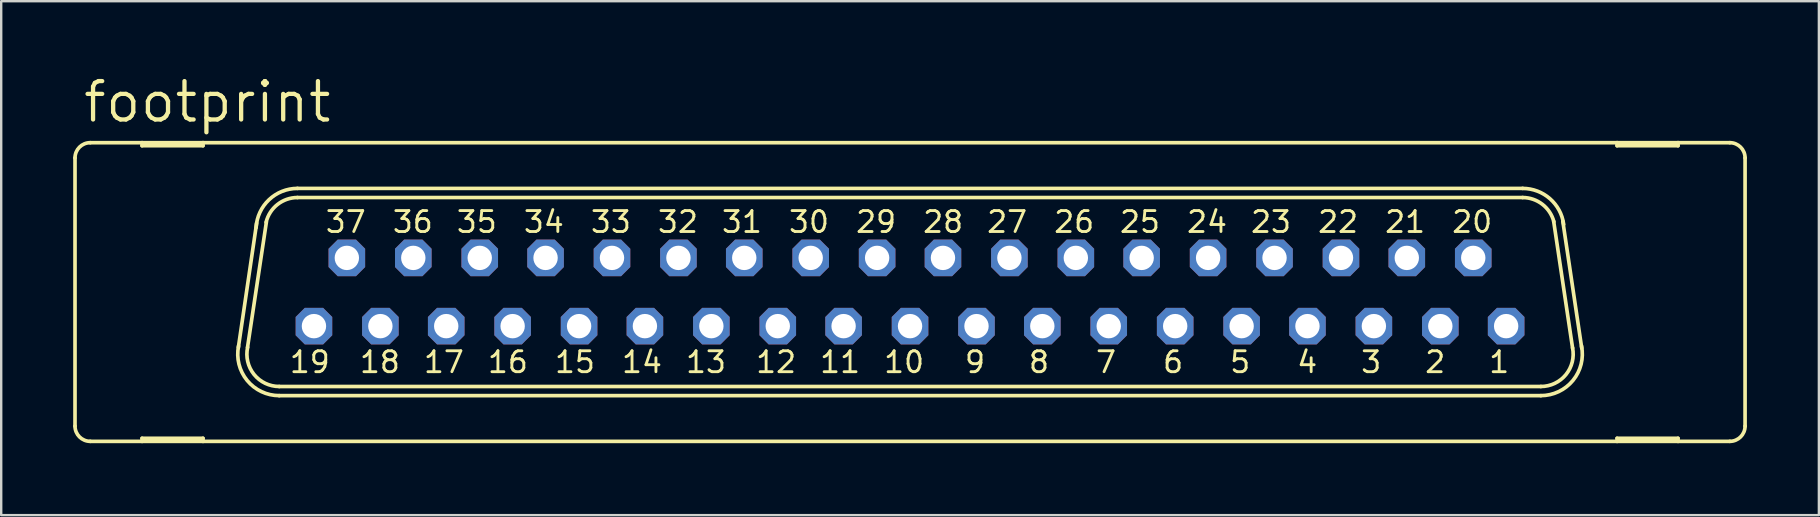
<source format=kicad_pcb>
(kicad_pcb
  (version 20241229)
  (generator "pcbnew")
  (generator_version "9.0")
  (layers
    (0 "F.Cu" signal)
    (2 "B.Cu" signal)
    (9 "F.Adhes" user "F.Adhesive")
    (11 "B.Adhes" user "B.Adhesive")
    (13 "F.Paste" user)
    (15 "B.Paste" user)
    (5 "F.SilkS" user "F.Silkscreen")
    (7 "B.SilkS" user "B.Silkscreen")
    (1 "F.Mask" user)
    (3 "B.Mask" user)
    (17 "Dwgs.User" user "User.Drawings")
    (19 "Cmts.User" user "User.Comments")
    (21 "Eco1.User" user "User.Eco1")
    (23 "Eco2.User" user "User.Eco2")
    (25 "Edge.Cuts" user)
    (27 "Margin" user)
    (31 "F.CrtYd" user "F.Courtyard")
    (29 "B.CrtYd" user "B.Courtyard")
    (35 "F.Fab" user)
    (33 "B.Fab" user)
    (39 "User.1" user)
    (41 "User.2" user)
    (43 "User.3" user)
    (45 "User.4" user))
  (footprint "footprint"
    (layer "F.Cu")
    (at 34.874 9.119)
    (property "Reference" "footprint" (at -34.544 -6.985 0) (layer "F.SilkS") (effects (font (size 1.6 1.6) (thickness 0.178)) (justify left bottom)))
    (fp_line (start -34.798 5.588) (end -34.798 -5.588) (stroke (width 0.152) (type solid)) (layer "F.SilkS"))
    (fp_line (start -34.163 6.223) (end -32.004 6.223) (stroke (width 0.152) (type solid)) (layer "F.SilkS"))
    (fp_line (start -32.004 -6.223) (end -34.163 -6.223) (stroke (width 0.152) (type solid)) (layer "F.SilkS"))
    (fp_line (start -32.004 -6.096) (end -32.004 -6.223) (stroke (width 0.152) (type solid)) (layer "F.SilkS"))
    (fp_line (start -32.004 6.096) (end -32.004 6.223) (stroke (width 0.152) (type solid)) (layer "F.SilkS"))
    (fp_line (start -32.004 6.223) (end -29.464 6.223) (stroke (width 0.152) (type solid)) (layer "F.SilkS"))
    (fp_line (start -29.464 -6.223) (end -32.004 -6.223) (stroke (width 0.152) (type solid)) (layer "F.SilkS"))
    (fp_line (start -29.464 -6.223) (end -29.464 -6.096) (stroke (width 0.152) (type solid)) (layer "F.SilkS"))
    (fp_line (start -29.464 -6.096) (end -32.004 -6.096) (stroke (width 0.152) (type solid)) (layer "F.SilkS"))
    (fp_line (start -29.464 6.096) (end -32.004 6.096) (stroke (width 0.152) (type solid)) (layer "F.SilkS"))
    (fp_line (start -29.464 6.223) (end -29.464 6.096) (stroke (width 0.152) (type solid)) (layer "F.SilkS"))
    (fp_line (start -29.464 6.223) (end 29.464 6.223) (stroke (width 0.152) (type solid)) (layer "F.SilkS"))
    (fp_line (start -27.991 2.311) (end -27.229 -2.87) (stroke (width 0.152) (type solid)) (layer "F.SilkS"))
    (fp_line (start -27.61 2.311) (end -26.822 -2.921) (stroke (width 0.152) (type solid)) (layer "F.SilkS"))
    (fp_line (start 25.527 -4.318) (end -25.527 -4.318) (stroke (width 0.152) (type solid)) (layer "F.SilkS"))
    (fp_line (start 25.527 -3.937) (end -25.527 -3.937) (stroke (width 0.152) (type solid)) (layer "F.SilkS"))
    (fp_line (start 26.289 3.937) (end -26.289 3.937) (stroke (width 0.152) (type solid)) (layer "F.SilkS"))
    (fp_line (start 26.289 4.318) (end -26.289 4.318) (stroke (width 0.152) (type solid)) (layer "F.SilkS"))
    (fp_line (start 26.822 -2.946) (end 27.61 2.337) (stroke (width 0.152) (type solid)) (layer "F.SilkS"))
    (fp_line (start 27.203 -2.946) (end 27.991 2.337) (stroke (width 0.152) (type solid)) (layer "F.SilkS"))
    (fp_line (start 29.464 -6.223) (end -29.464 -6.223) (stroke (width 0.152) (type solid)) (layer "F.SilkS"))
    (fp_line (start 29.464 -6.096) (end 29.464 -6.223) (stroke (width 0.152) (type solid)) (layer "F.SilkS"))
    (fp_line (start 29.464 6.096) (end 29.464 6.223) (stroke (width 0.152) (type solid)) (layer "F.SilkS"))
    (fp_line (start 29.464 6.223) (end 32.004 6.223) (stroke (width 0.152) (type solid)) (layer "F.SilkS"))
    (fp_line (start 32.004 -6.223) (end 29.464 -6.223) (stroke (width 0.152) (type solid)) (layer "F.SilkS"))
    (fp_line (start 32.004 -6.223) (end 32.004 -6.096) (stroke (width 0.152) (type solid)) (layer "F.SilkS"))
    (fp_line (start 32.004 -6.096) (end 29.464 -6.096) (stroke (width 0.152) (type solid)) (layer "F.SilkS"))
    (fp_line (start 32.004 6.096) (end 29.464 6.096) (stroke (width 0.152) (type solid)) (layer "F.SilkS"))
    (fp_line (start 32.004 6.223) (end 32.004 6.096) (stroke (width 0.152) (type solid)) (layer "F.SilkS"))
    (fp_line (start 32.004 6.223) (end 34.163 6.223) (stroke (width 0.152) (type solid)) (layer "F.SilkS"))
    (fp_line (start 34.163 -6.223) (end 32.004 -6.223) (stroke (width 0.152) (type solid)) (layer "F.SilkS"))
    (fp_line (start 34.798 5.588) (end 34.798 -5.588) (stroke (width 0.152) (type solid)) (layer "F.SilkS"))
    (fp_arc (start -34.798 -5.588) (mid -34.612013 -6.037013) (end -34.163 -6.223) (stroke (width 0.1524) (type solid)) (layer "F.SilkS"))
    (fp_arc (start -34.163 6.223) (mid -34.612013 6.037013) (end -34.798 5.588) (stroke (width 0.1524) (type solid)) (layer "F.SilkS"))
    (fp_arc (start -27.2513 -2.6849) (mid -26.714366 -3.844828) (end -25.527 -4.318) (stroke (width 0.1524) (type solid)) (layer "F.SilkS"))
    (fp_arc (start -26.8357 -2.905) (mid -26.360255 -3.647874) (end -25.526999 -3.936999) (stroke (width 0.1524) (type solid)) (layer "F.SilkS"))
    (fp_arc (start -26.288998 3.937) (mid -27.337555 3.435185) (end -27.6045 2.3038) (stroke (width 0.1524) (type solid)) (layer "F.SilkS"))
    (fp_arc (start -26.288998 4.318) (mid -27.624811 3.685868) (end -27.983 2.2521) (stroke (width 0.1524) (type solid)) (layer "F.SilkS"))
    (fp_arc (start 25.527 -4.318) (mid 26.664711 -3.890311) (end 27.238999 -2.819099) (stroke (width 0.1524) (type solid)) (layer "F.SilkS"))
    (fp_arc (start 25.527 -3.937) (mid 26.3505 -3.655745) (end 26.8299 -2.9295) (stroke (width 0.1524) (type solid)) (layer "F.SilkS"))
    (fp_arc (start 27.6091 2.3268) (mid 27.330082 3.444284) (end 26.289 3.937) (stroke (width 0.1524) (type solid)) (layer "F.SilkS"))
    (fp_arc (start 27.982699 2.252098) (mid 27.624717 3.68584) (end 26.289 4.318) (stroke (width 0.1524) (type solid)) (layer "F.SilkS"))
    (fp_arc (start 34.163 -6.223) (mid 34.612013 -6.037013) (end 34.798 -5.588) (stroke (width 0.1524) (type solid)) (layer "F.SilkS"))
    (fp_arc (start 34.798 5.588) (mid 34.612013 6.037013) (end 34.163 6.223) (stroke (width 0.1524) (type solid)) (layer "F.SilkS"))
    (fp_circle (center -24.841 1.422) (end -24.587 1.422) (stroke (width 0.406) (type solid)) (fill no) (layer "F.Fab"))
    (fp_circle (center -23.47 -1.422) (end -23.216 -1.422) (stroke (width 0.406) (type solid)) (fill no) (layer "F.Fab"))
    (fp_circle (center -22.073 1.422) (end -21.819 1.422) (stroke (width 0.406) (type solid)) (fill no) (layer "F.Fab"))
    (fp_circle (center -20.701 -1.422) (end -20.447 -1.422) (stroke (width 0.406) (type solid)) (fill no) (layer "F.Fab"))
    (fp_circle (center -19.329 1.422) (end -19.075 1.422) (stroke (width 0.406) (type solid)) (fill no) (layer "F.Fab"))
    (fp_circle (center -17.932 -1.422) (end -17.678 -1.422) (stroke (width 0.406) (type solid)) (fill no) (layer "F.Fab"))
    (fp_circle (center -16.561 1.422) (end -16.307 1.422) (stroke (width 0.406) (type solid)) (fill no) (layer "F.Fab"))
    (fp_circle (center -15.189 -1.422) (end -14.935 -1.422) (stroke (width 0.406) (type solid)) (fill no) (layer "F.Fab"))
    (fp_circle (center -13.792 1.422) (end -13.538 1.422) (stroke (width 0.406) (type solid)) (fill no) (layer "F.Fab"))
    (fp_circle (center -12.421 -1.422) (end -12.167 -1.422) (stroke (width 0.406) (type solid)) (fill no) (layer "F.Fab"))
    (fp_circle (center -11.049 1.422) (end -10.795 1.422) (stroke (width 0.406) (type solid)) (fill no) (layer "F.Fab"))
    (fp_circle (center -9.652 -1.422) (end -9.398 -1.422) (stroke (width 0.406) (type solid)) (fill no) (layer "F.Fab"))
    (fp_circle (center -8.28 1.422) (end -8.026 1.422) (stroke (width 0.406) (type solid)) (fill no) (layer "F.Fab"))
    (fp_circle (center -6.909 -1.422) (end -6.655 -1.422) (stroke (width 0.406) (type solid)) (fill no) (layer "F.Fab"))
    (fp_circle (center -5.512 1.422) (end -5.258 1.422) (stroke (width 0.406) (type solid)) (fill no) (layer "F.Fab"))
    (fp_circle (center -4.14 -1.422) (end -3.886 -1.422) (stroke (width 0.406) (type solid)) (fill no) (layer "F.Fab"))
    (fp_circle (center -2.769 1.422) (end -2.515 1.422) (stroke (width 0.406) (type solid)) (fill no) (layer "F.Fab"))
    (fp_circle (center -1.372 -1.422) (end -1.118 -1.422) (stroke (width 0.406) (type solid)) (fill no) (layer "F.Fab"))
    (fp_circle (center 0 1.422) (end 0.254 1.422) (stroke (width 0.406) (type solid)) (fill no) (layer "F.Fab"))
    (fp_circle (center 1.372 -1.422) (end 1.626 -1.422) (stroke (width 0.406) (type solid)) (fill no) (layer "F.Fab"))
    (fp_circle (center 2.769 1.422) (end 3.023 1.422) (stroke (width 0.406) (type solid)) (fill no) (layer "F.Fab"))
    (fp_circle (center 4.14 -1.422) (end 4.394 -1.422) (stroke (width 0.406) (type solid)) (fill no) (layer "F.Fab"))
    (fp_circle (center 5.512 1.422) (end 5.766 1.422) (stroke (width 0.406) (type solid)) (fill no) (layer "F.Fab"))
    (fp_circle (center 6.909 -1.422) (end 7.163 -1.422) (stroke (width 0.406) (type solid)) (fill no) (layer "F.Fab"))
    (fp_circle (center 8.28 1.422) (end 8.534 1.422) (stroke (width 0.406) (type solid)) (fill no) (layer "F.Fab"))
    (fp_circle (center 9.652 -1.422) (end 9.906 -1.422) (stroke (width 0.406) (type solid)) (fill no) (layer "F.Fab"))
    (fp_circle (center 11.049 1.422) (end 11.303 1.422) (stroke (width 0.406) (type solid)) (fill no) (layer "F.Fab"))
    (fp_circle (center 12.421 -1.422) (end 12.675 -1.422) (stroke (width 0.406) (type solid)) (fill no) (layer "F.Fab"))
    (fp_circle (center 13.792 1.422) (end 14.046 1.422) (stroke (width 0.406) (type solid)) (fill no) (layer "F.Fab"))
    (fp_circle (center 15.189 -1.422) (end 15.443 -1.422) (stroke (width 0.406) (type solid)) (fill no) (layer "F.Fab"))
    (fp_circle (center 16.561 1.422) (end 16.815 1.422) (stroke (width 0.406) (type solid)) (fill no) (layer "F.Fab"))
    (fp_circle (center 17.932 -1.422) (end 18.186 -1.422) (stroke (width 0.406) (type solid)) (fill no) (layer "F.Fab"))
    (fp_circle (center 19.329 1.422) (end 19.583 1.422) (stroke (width 0.406) (type solid)) (fill no) (layer "F.Fab"))
    (fp_circle (center 20.701 -1.422) (end 20.955 -1.422) (stroke (width 0.406) (type solid)) (fill no) (layer "F.Fab"))
    (fp_circle (center 22.073 1.422) (end 22.327 1.422) (stroke (width 0.406) (type solid)) (fill no) (layer "F.Fab"))
    (fp_circle (center 23.47 -1.422) (end 23.724 -1.422) (stroke (width 0.406) (type solid)) (fill no) (layer "F.Fab"))
    (fp_circle (center 24.841 1.422) (end 25.095 1.422) (stroke (width 0.406) (type solid)) (fill no) (layer "F.Fab"))
    (fp_text user "1" (at 25.044 2.413 0) (layer "F.SilkS") (effects (font (size 0.872 0.872) (thickness 0.119)) (justify right top)))
    (fp_text user "22" (at 18.745 -3.429 0) (layer "F.SilkS") (effects (font (size 0.872 0.872) (thickness 0.119)) (justify right top)))
    (fp_text user "3" (at 19.71 2.413 0) (layer "F.SilkS") (effects (font (size 0.872 0.872) (thickness 0.119)) (justify right top)))
    (fp_text user "18" (at -21.184 2.413 0) (layer "F.SilkS") (effects (font (size 0.872 0.872) (thickness 0.119)) (justify right top)))
    (fp_text user "6" (at 11.455 2.413 0) (layer "F.SilkS") (effects (font (size 0.872 0.872) (thickness 0.119)) (justify right top)))
    (fp_text user "33" (at -11.557 -3.429 0) (layer "F.SilkS") (effects (font (size 0.872 0.872) (thickness 0.119)) (justify right top)))
    (fp_text user "24" (at 13.284 -3.429 0) (layer "F.SilkS") (effects (font (size 0.872 0.872) (thickness 0.119)) (justify right top)))
    (fp_text user "25" (at 10.49 -3.429 0) (layer "F.SilkS") (effects (font (size 0.872 0.872) (thickness 0.119)) (justify right top)))
    (fp_text user "20" (at 24.333 -3.429 0) (layer "F.SilkS") (effects (font (size 0.872 0.872) (thickness 0.119)) (justify right top)))
    (fp_text user "32" (at -8.763 -3.429 0) (layer "F.SilkS") (effects (font (size 0.872 0.872) (thickness 0.119)) (justify right top)))
    (fp_text user "8" (at 5.867 2.413 0) (layer "F.SilkS") (effects (font (size 0.872 0.872) (thickness 0.119)) (justify right top)))
    (fp_text user "36" (at -19.812 -3.429 0) (layer "F.SilkS") (effects (font (size 0.872 0.872) (thickness 0.119)) (justify right top)))
    (fp_text user "34" (at -14.351 -3.429 0) (layer "F.SilkS") (effects (font (size 0.872 0.872) (thickness 0.119)) (justify right top)))
    (fp_text user "27" (at 4.953 -3.429 0) (layer "F.SilkS") (effects (font (size 0.872 0.872) (thickness 0.119)) (justify right top)))
    (fp_text user "31" (at -6.096 -3.429 0) (layer "F.SilkS") (effects (font (size 0.872 0.872) (thickness 0.119)) (justify right top)))
    (fp_text user "14" (at -10.262 2.413 0) (layer "F.SilkS") (effects (font (size 0.872 0.872) (thickness 0.119)) (justify right top)))
    (fp_text user "28" (at 2.286 -3.429 0) (layer "F.SilkS") (effects (font (size 0.872 0.872) (thickness 0.119)) (justify right top)))
    (fp_text user "30" (at -3.302 -3.429 0) (layer "F.SilkS") (effects (font (size 0.872 0.872) (thickness 0.119)) (justify right top)))
    (fp_text user "5" (at 14.249 2.413 0) (layer "F.SilkS") (effects (font (size 0.872 0.872) (thickness 0.119)) (justify right top)))
    (fp_text user "35" (at -17.145 -3.429 0) (layer "F.SilkS") (effects (font (size 0.872 0.872) (thickness 0.119)) (justify right top)))
    (fp_text user "4" (at 17.043 2.413 0) (layer "F.SilkS") (effects (font (size 0.872 0.872) (thickness 0.119)) (justify right top)))
    (fp_text user "23" (at 15.951 -3.429 0) (layer "F.SilkS") (effects (font (size 0.872 0.872) (thickness 0.119)) (justify right top)))
    (fp_text user "13" (at -7.595 2.413 0) (layer "F.SilkS") (effects (font (size 0.872 0.872) (thickness 0.119)) (justify right top)))
    (fp_text user "37" (at -22.606 -3.429 0) (layer "F.SilkS") (effects (font (size 0.872 0.872) (thickness 0.119)) (justify right top)))
    (fp_text user "26" (at 7.747 -3.429 0) (layer "F.SilkS") (effects (font (size 0.872 0.872) (thickness 0.119)) (justify right top)))
    (fp_text user "19" (at -24.105 2.413 0) (layer "F.SilkS") (effects (font (size 0.872 0.872) (thickness 0.119)) (justify right top)))
    (fp_text user "12" (at -4.674 2.413 0) (layer "F.SilkS") (effects (font (size 0.872 0.872) (thickness 0.119)) (justify right top)))
    (fp_text user "29" (at -0.508 -3.429 0) (layer "F.SilkS") (effects (font (size 0.872 0.872) (thickness 0.119)) (justify right top)))
    (fp_text user "10" (at 0.66 2.413 0) (layer "F.SilkS") (effects (font (size 0.872 0.872) (thickness 0.119)) (justify right top)))
    (fp_text user "2" (at 22.377 2.413 0) (layer "F.SilkS") (effects (font (size 0.872 0.872) (thickness 0.119)) (justify right top)))
    (fp_text user "11" (at -2.007 2.413 0) (layer "F.SilkS") (effects (font (size 0.872 0.872) (thickness 0.119)) (justify right top)))
    (fp_text user "9" (at 3.2 2.413 0) (layer "F.SilkS") (effects (font (size 0.872 0.872) (thickness 0.119)) (justify right top)))
    (fp_text user "16" (at -15.85 2.413 0) (layer "F.SilkS") (effects (font (size 0.872 0.872) (thickness 0.119)) (justify right top)))
    (fp_text user "21" (at 21.539 -3.429 0) (layer "F.SilkS") (effects (font (size 0.872 0.872) (thickness 0.119)) (justify right top)))
    (fp_text user "7" (at 8.661 2.413 0) (layer "F.SilkS") (effects (font (size 0.872 0.872) (thickness 0.119)) (justify right top)))
    (fp_text user "17" (at -18.517 2.413 0) (layer "F.SilkS") (effects (font (size 0.872 0.872) (thickness 0.119)) (justify right top)))
    (fp_text user "15" (at -13.056 2.413 0) (layer "F.SilkS") (effects (font (size 0.872 0.872) (thickness 0.119)) (justify right top)))
    (pad "1" thru_hole roundrect (at 24.841 1.422) (size 1.524 1.524) (drill 1.016) (layers "*.Cu" "*.Mask") (roundrect_rratio 0.25) (chamfer_ratio 0.25) (chamfer top_left top_right bottom_left bottom_right))
    (pad "2" thru_hole roundrect (at 22.098 1.422) (size 1.524 1.524) (drill 1.016) (layers "*.Cu" "*.Mask") (roundrect_rratio 0.25) (chamfer_ratio 0.25) (chamfer top_left top_right bottom_left bottom_right))
    (pad "3" thru_hole roundrect (at 19.329 1.422) (size 1.524 1.524) (drill 1.016) (layers "*.Cu" "*.Mask") (roundrect_rratio 0.25) (chamfer_ratio 0.25) (chamfer top_left top_right bottom_left bottom_right))
    (pad "4" thru_hole roundrect (at 16.561 1.422) (size 1.524 1.524) (drill 1.016) (layers "*.Cu" "*.Mask") (roundrect_rratio 0.25) (chamfer_ratio 0.25) (chamfer top_left top_right bottom_left bottom_right))
    (pad "5" thru_hole roundrect (at 13.818 1.422) (size 1.524 1.524) (drill 1.016) (layers "*.Cu" "*.Mask") (roundrect_rratio 0.25) (chamfer_ratio 0.25) (chamfer top_left top_right bottom_left bottom_right))
    (pad "6" thru_hole roundrect (at 11.049 1.422) (size 1.524 1.524) (drill 1.016) (layers "*.Cu" "*.Mask") (roundrect_rratio 0.25) (chamfer_ratio 0.25) (chamfer top_left top_right bottom_left bottom_right))
    (pad "7" thru_hole roundrect (at 8.28 1.422) (size 1.524 1.524) (drill 1.016) (layers "*.Cu" "*.Mask") (roundrect_rratio 0.25) (chamfer_ratio 0.25) (chamfer top_left top_right bottom_left bottom_right))
    (pad "8" thru_hole roundrect (at 5.512 1.422) (size 1.524 1.524) (drill 1.016) (layers "*.Cu" "*.Mask") (roundrect_rratio 0.25) (chamfer_ratio 0.25) (chamfer top_left top_right bottom_left bottom_right))
    (pad "9" thru_hole roundrect (at 2.769 1.422) (size 1.524 1.524) (drill 1.016) (layers "*.Cu" "*.Mask") (roundrect_rratio 0.25) (chamfer_ratio 0.25) (chamfer top_left top_right bottom_left bottom_right))
    (pad "10" thru_hole roundrect (at 0 1.422) (size 1.524 1.524) (drill 1.016) (layers "*.Cu" "*.Mask") (roundrect_rratio 0.25) (chamfer_ratio 0.25) (chamfer top_left top_right bottom_left bottom_right))
    (pad "11" thru_hole roundrect (at -2.769 1.422) (size 1.524 1.524) (drill 1.016) (layers "*.Cu" "*.Mask") (roundrect_rratio 0.25) (chamfer_ratio 0.25) (chamfer top_left top_right bottom_left bottom_right))
    (pad "12" thru_hole roundrect (at -5.512 1.422) (size 1.524 1.524) (drill 1.016) (layers "*.Cu" "*.Mask") (roundrect_rratio 0.25) (chamfer_ratio 0.25) (chamfer top_left top_right bottom_left bottom_right))
    (pad "13" thru_hole roundrect (at -8.28 1.422) (size 1.524 1.524) (drill 1.016) (layers "*.Cu" "*.Mask") (roundrect_rratio 0.25) (chamfer_ratio 0.25) (chamfer top_left top_right bottom_left bottom_right))
    (pad "14" thru_hole roundrect (at -11.049 1.422) (size 1.524 1.524) (drill 1.016) (layers "*.Cu" "*.Mask") (roundrect_rratio 0.25) (chamfer_ratio 0.25) (chamfer top_left top_right bottom_left bottom_right))
    (pad "15" thru_hole roundrect (at -13.792 1.422) (size 1.524 1.524) (drill 1.016) (layers "*.Cu" "*.Mask") (roundrect_rratio 0.25) (chamfer_ratio 0.25) (chamfer top_left top_right bottom_left bottom_right))
    (pad "16" thru_hole roundrect (at -16.561 1.422) (size 1.524 1.524) (drill 1.016) (layers "*.Cu" "*.Mask") (roundrect_rratio 0.25) (chamfer_ratio 0.25) (chamfer top_left top_right bottom_left bottom_right))
    (pad "17" thru_hole roundrect (at -19.329 1.422) (size 1.524 1.524) (drill 1.016) (layers "*.Cu" "*.Mask") (roundrect_rratio 0.25) (chamfer_ratio 0.25) (chamfer top_left top_right bottom_left bottom_right))
    (pad "18" thru_hole roundrect (at -22.073 1.422) (size 1.524 1.524) (drill 1.016) (layers "*.Cu" "*.Mask") (roundrect_rratio 0.25) (chamfer_ratio 0.25) (chamfer top_left top_right bottom_left bottom_right))
    (pad "19" thru_hole roundrect (at -24.841 1.422) (size 1.524 1.524) (drill 1.016) (layers "*.Cu" "*.Mask") (roundrect_rratio 0.25) (chamfer_ratio 0.25) (chamfer top_left top_right bottom_left bottom_right))
    (pad "20" thru_hole roundrect (at 23.47 -1.422) (size 1.524 1.524) (drill 1.016) (layers "*.Cu" "*.Mask") (roundrect_rratio 0.25) (chamfer_ratio 0.25) (chamfer top_left top_right bottom_left bottom_right))
    (pad "21" thru_hole roundrect (at 20.701 -1.422) (size 1.524 1.524) (drill 1.016) (layers "*.Cu" "*.Mask") (roundrect_rratio 0.25) (chamfer_ratio 0.25) (chamfer top_left top_right bottom_left bottom_right))
    (pad "22" thru_hole roundrect (at 17.958 -1.422) (size 1.524 1.524) (drill 1.016) (layers "*.Cu" "*.Mask") (roundrect_rratio 0.25) (chamfer_ratio 0.25) (chamfer top_left top_right bottom_left bottom_right))
    (pad "23" thru_hole roundrect (at 15.189 -1.422) (size 1.524 1.524) (drill 1.016) (layers "*.Cu" "*.Mask") (roundrect_rratio 0.25) (chamfer_ratio 0.25) (chamfer top_left top_right bottom_left bottom_right))
    (pad "24" thru_hole roundrect (at 12.421 -1.422) (size 1.524 1.524) (drill 1.016) (layers "*.Cu" "*.Mask") (roundrect_rratio 0.25) (chamfer_ratio 0.25) (chamfer top_left top_right bottom_left bottom_right))
    (pad "25" thru_hole roundrect (at 9.652 -1.422) (size 1.524 1.524) (drill 1.016) (layers "*.Cu" "*.Mask") (roundrect_rratio 0.25) (chamfer_ratio 0.25) (chamfer top_left top_right bottom_left bottom_right))
    (pad "26" thru_hole roundrect (at 6.909 -1.422) (size 1.524 1.524) (drill 1.016) (layers "*.Cu" "*.Mask") (roundrect_rratio 0.25) (chamfer_ratio 0.25) (chamfer top_left top_right bottom_left bottom_right))
    (pad "27" thru_hole roundrect (at 4.14 -1.422) (size 1.524 1.524) (drill 1.016) (layers "*.Cu" "*.Mask") (roundrect_rratio 0.25) (chamfer_ratio 0.25) (chamfer top_left top_right bottom_left bottom_right))
    (pad "28" thru_hole roundrect (at 1.372 -1.422) (size 1.524 1.524) (drill 1.016) (layers "*.Cu" "*.Mask") (roundrect_rratio 0.25) (chamfer_ratio 0.25) (chamfer top_left top_right bottom_left bottom_right))
    (pad "29" thru_hole roundrect (at -1.372 -1.422) (size 1.524 1.524) (drill 1.016) (layers "*.Cu" "*.Mask") (roundrect_rratio 0.25) (chamfer_ratio 0.25) (chamfer top_left top_right bottom_left bottom_right))
    (pad "30" thru_hole roundrect (at -4.14 -1.422) (size 1.524 1.524) (drill 1.016) (layers "*.Cu" "*.Mask") (roundrect_rratio 0.25) (chamfer_ratio 0.25) (chamfer top_left top_right bottom_left bottom_right))
    (pad "31" thru_hole roundrect (at -6.909 -1.422) (size 1.524 1.524) (drill 1.016) (layers "*.Cu" "*.Mask") (roundrect_rratio 0.25) (chamfer_ratio 0.25) (chamfer top_left top_right bottom_left bottom_right))
    (pad "32" thru_hole roundrect (at -9.652 -1.422) (size 1.524 1.524) (drill 1.016) (layers "*.Cu" "*.Mask") (roundrect_rratio 0.25) (chamfer_ratio 0.25) (chamfer top_left top_right bottom_left bottom_right))
    (pad "33" thru_hole roundrect (at -12.421 -1.422) (size 1.524 1.524) (drill 1.016) (layers "*.Cu" "*.Mask") (roundrect_rratio 0.25) (chamfer_ratio 0.25) (chamfer top_left top_right bottom_left bottom_right))
    (pad "34" thru_hole roundrect (at -15.189 -1.422) (size 1.524 1.524) (drill 1.016) (layers "*.Cu" "*.Mask") (roundrect_rratio 0.25) (chamfer_ratio 0.25) (chamfer top_left top_right bottom_left bottom_right))
    (pad "35" thru_hole roundrect (at -17.932 -1.422) (size 1.524 1.524) (drill 1.016) (layers "*.Cu" "*.Mask") (roundrect_rratio 0.25) (chamfer_ratio 0.25) (chamfer top_left top_right bottom_left bottom_right))
    (pad "36" thru_hole roundrect (at -20.701 -1.422) (size 1.524 1.524) (drill 1.016) (layers "*.Cu" "*.Mask") (roundrect_rratio 0.25) (chamfer_ratio 0.25) (chamfer top_left top_right bottom_left bottom_right))
    (pad "37" thru_hole roundrect (at -23.47 -1.422) (size 1.524 1.524) (drill 1.016) (layers "*.Cu" "*.Mask") (roundrect_rratio 0.25) (chamfer_ratio 0.25) (chamfer top_left top_right bottom_left bottom_right)))
  (gr_rect
    (start -3 -3)
    (end 72.748 18.418)
    (stroke (width 0.1) (type default))
    (fill no)
    (layer "Edge.Cuts")))
</source>
